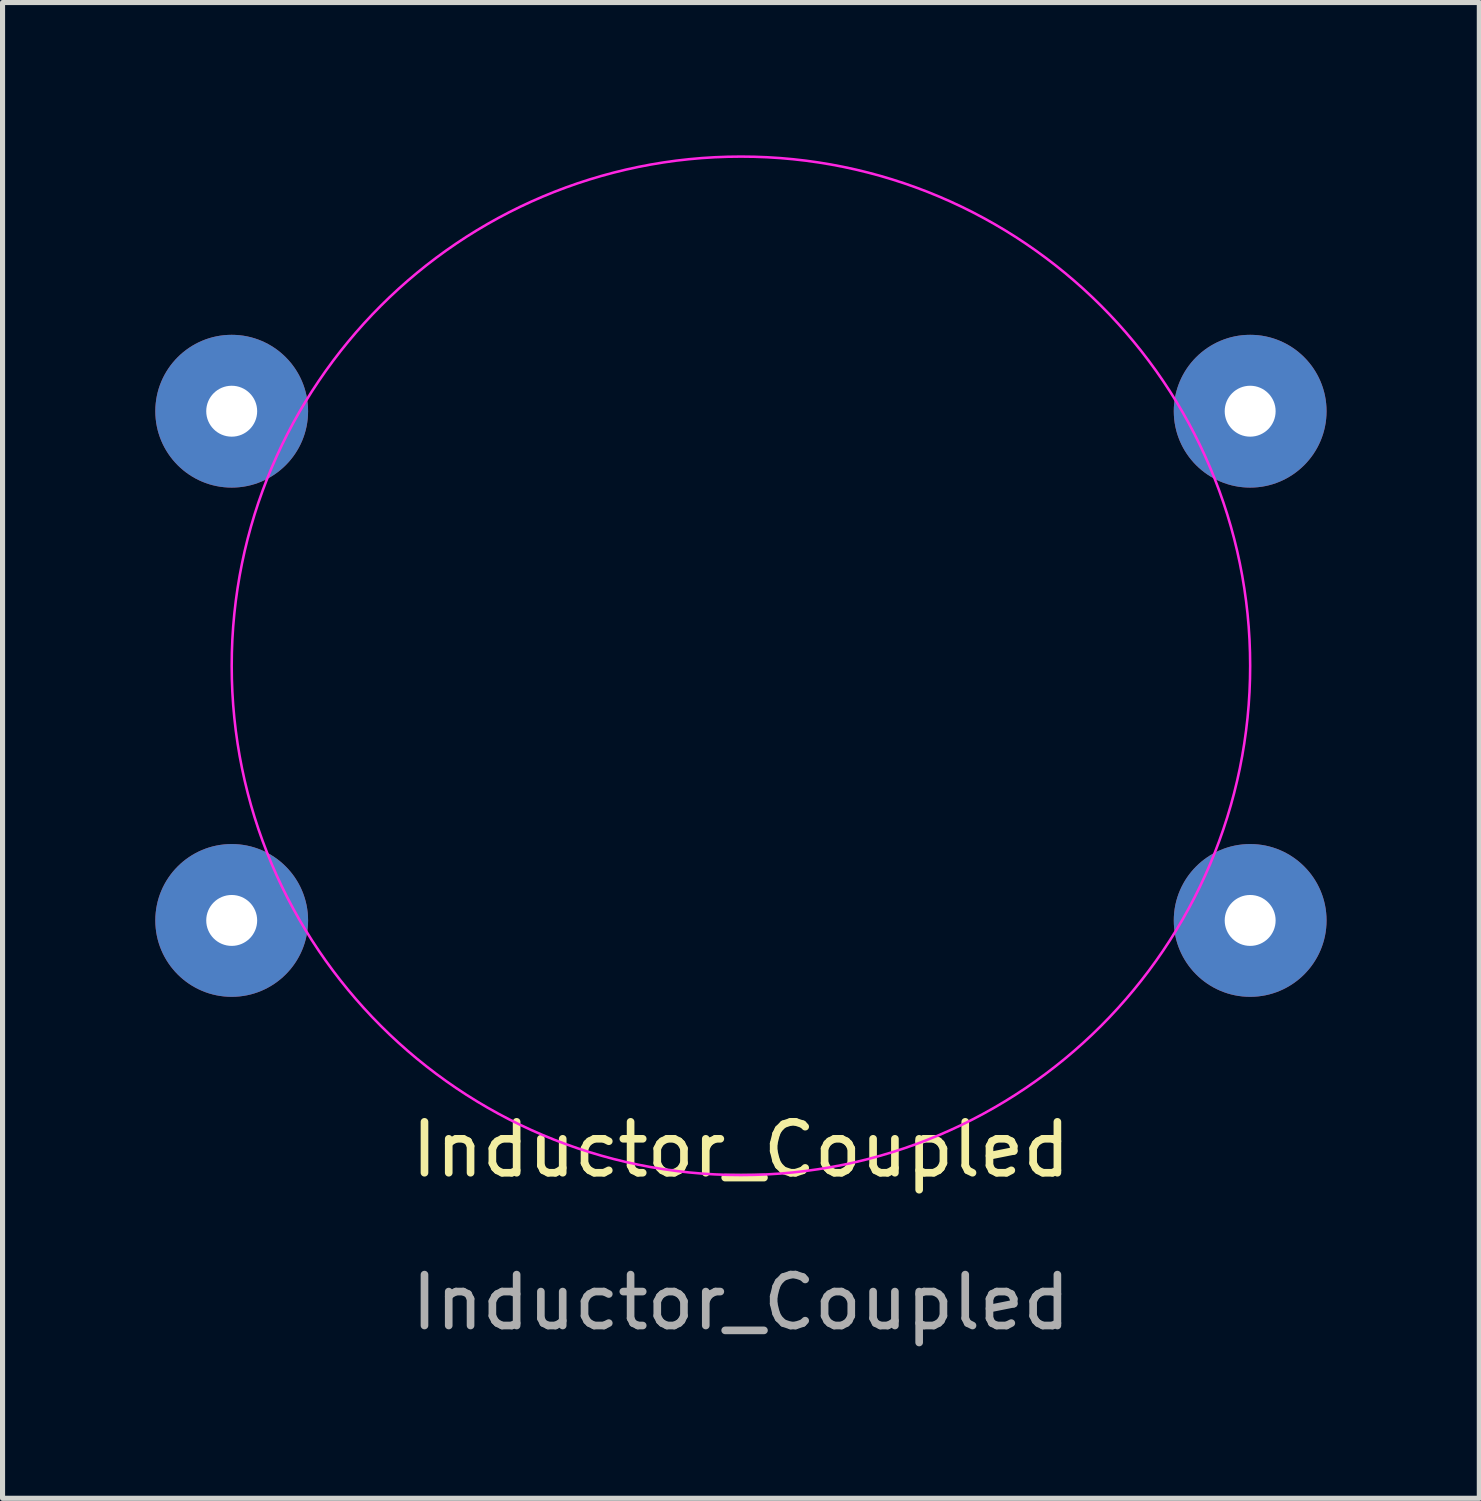
<source format=kicad_pcb>
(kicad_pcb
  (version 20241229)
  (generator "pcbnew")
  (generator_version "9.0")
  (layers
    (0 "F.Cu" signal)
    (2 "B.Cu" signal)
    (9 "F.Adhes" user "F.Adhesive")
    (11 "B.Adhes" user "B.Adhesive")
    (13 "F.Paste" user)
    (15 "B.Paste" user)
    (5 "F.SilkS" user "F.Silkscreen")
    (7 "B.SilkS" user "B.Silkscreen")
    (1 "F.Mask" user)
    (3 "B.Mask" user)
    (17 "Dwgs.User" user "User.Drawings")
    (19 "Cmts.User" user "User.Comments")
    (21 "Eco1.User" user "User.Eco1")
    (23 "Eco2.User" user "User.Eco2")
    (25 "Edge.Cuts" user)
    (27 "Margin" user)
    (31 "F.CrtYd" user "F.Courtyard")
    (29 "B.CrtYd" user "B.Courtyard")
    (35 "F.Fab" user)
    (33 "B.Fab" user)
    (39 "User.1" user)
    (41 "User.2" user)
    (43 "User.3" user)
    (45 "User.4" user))
  (footprint "Inductor_Coupled"
    (layer "F.Cu")
    (at 11.5 20.025)
    (property "Reference" "Inductor_Coupled" (at 0 -0.5 0) (unlocked yes) (layer "F.SilkS") (effects (font (size 1 1) (thickness 0.15))))
    (attr through_hole)
    (fp_circle (center 0 -10) (end 10 -10) (stroke (width 0.05) (type default)) (fill no) (layer "F.CrtYd"))
    (fp_text user "${REFERENCE}" (at 0 2.5 0) (unlocked yes) (layer "F.Fab") (effects (font (size 1 1) (thickness 0.15))))
    (pad "1" thru_hole circle (at -10 -15) (size 3 3) (drill 1) (layers "*.Cu" "*.Mask"))
    (pad "2" thru_hole circle (at -10 -5) (size 3 3) (drill 1) (layers "*.Cu" "*.Mask"))
    (pad "3" thru_hole circle (at 10 -15) (size 3 3) (drill 1) (layers "*.Cu" "*.Mask"))
    (pad "4" thru_hole circle (at 10 -5) (size 3 3) (drill 1) (layers "*.Cu" "*.Mask")))
  (gr_rect
    (start -3 -3)
    (end 26 26.373)
    (stroke (width 0.1) (type default))
    (fill no)
    (layer "Edge.Cuts")))
</source>
